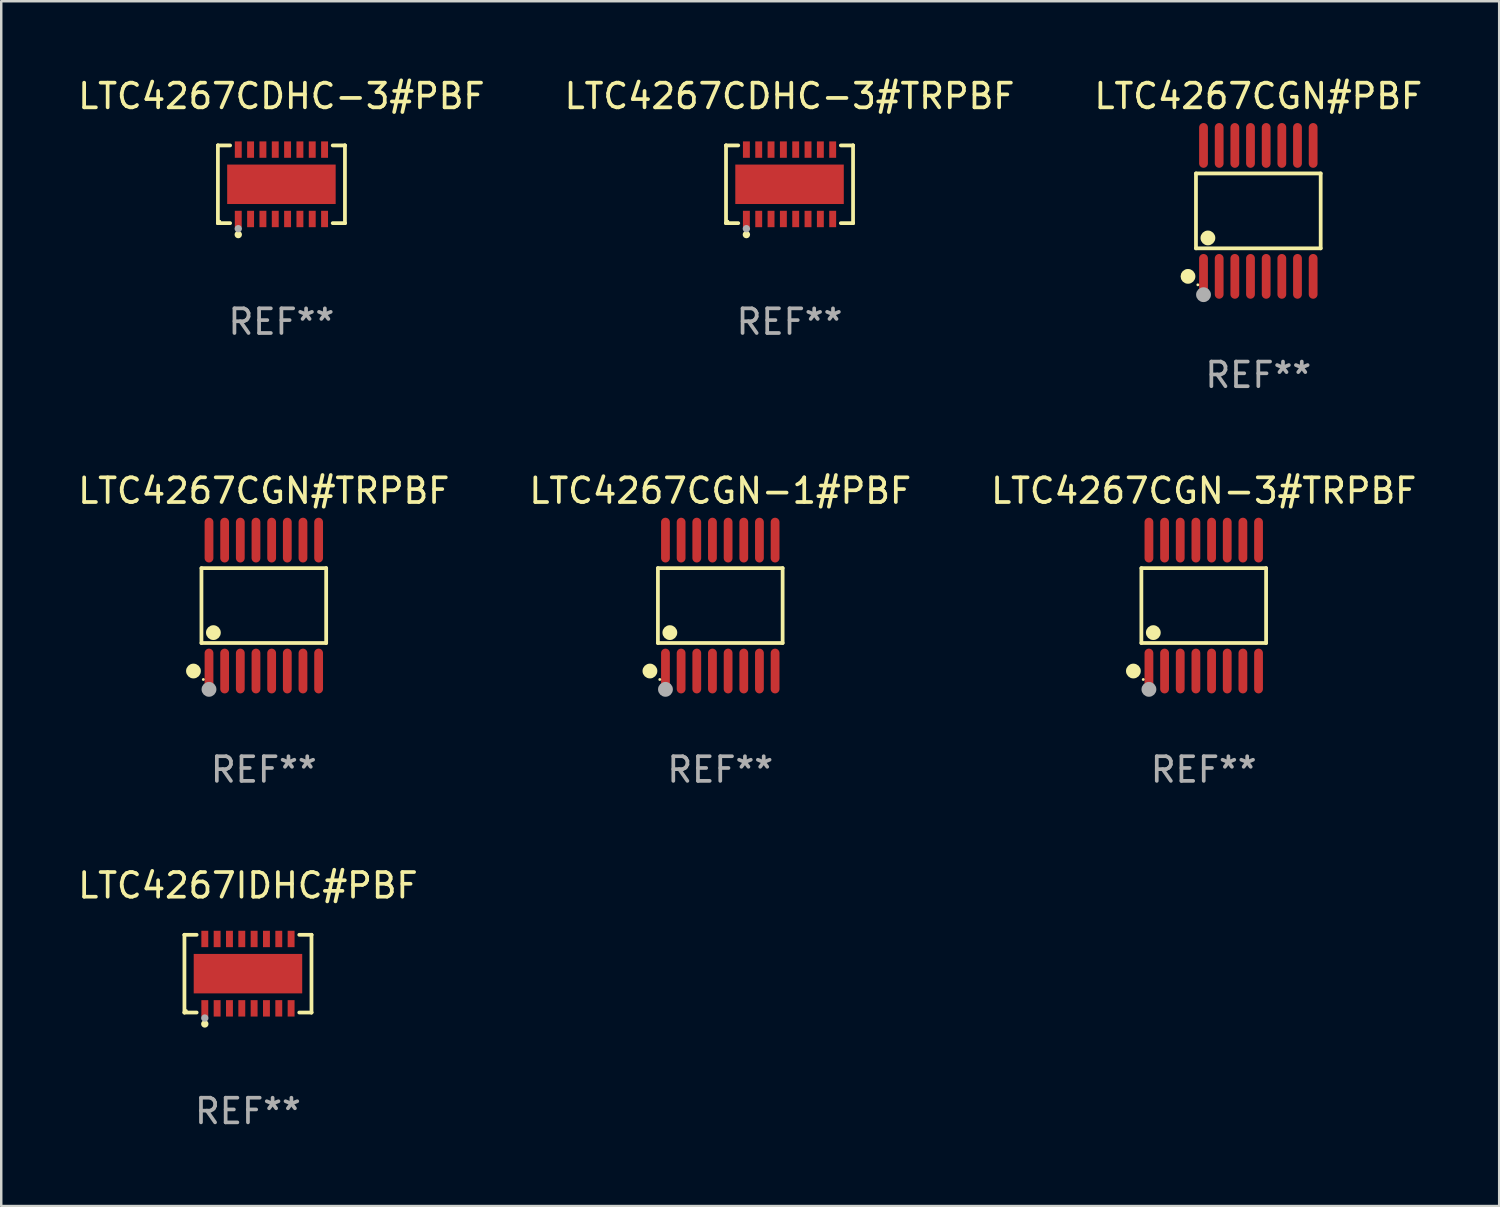
<source format=kicad_pcb>
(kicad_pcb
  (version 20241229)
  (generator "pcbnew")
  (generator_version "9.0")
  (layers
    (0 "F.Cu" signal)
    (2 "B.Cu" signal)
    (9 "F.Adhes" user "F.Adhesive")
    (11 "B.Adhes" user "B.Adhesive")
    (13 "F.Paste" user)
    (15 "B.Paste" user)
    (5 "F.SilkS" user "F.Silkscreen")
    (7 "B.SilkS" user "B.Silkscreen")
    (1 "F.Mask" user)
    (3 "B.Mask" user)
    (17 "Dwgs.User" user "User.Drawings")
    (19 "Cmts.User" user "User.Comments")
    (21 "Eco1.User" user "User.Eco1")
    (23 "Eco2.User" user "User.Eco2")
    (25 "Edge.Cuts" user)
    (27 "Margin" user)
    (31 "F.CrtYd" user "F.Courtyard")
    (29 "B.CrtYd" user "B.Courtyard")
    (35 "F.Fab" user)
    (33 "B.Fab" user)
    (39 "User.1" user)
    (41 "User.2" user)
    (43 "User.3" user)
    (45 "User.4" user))
  (footprint "LTC4267CDHC-3#PBF"
    (layer "F.Cu")
    (at 8.363 4.424)
    (property "Reference" "LTC4267CDHC-3#PBF" (at 0 -3.576 0) (layer "F.SilkS") (effects (font (size 1 1) (thickness 0.15))))
    (attr through_hole)
    (fp_line (start -2.576 -1.576) (end -2.576 -1.576) (stroke (width 0.152) (type solid)) (layer "F.SilkS"))
    (fp_line (start -2.576 -1.576) (end -2.08 -1.576) (stroke (width 0.152) (type solid)) (layer "F.SilkS"))
    (fp_line (start -2.576 1.576) (end -2.576 -1.576) (stroke (width 0.152) (type solid)) (layer "F.SilkS"))
    (fp_line (start -2.576 1.576) (end -2.576 1.576) (stroke (width 0.152) (type solid)) (layer "F.SilkS"))
    (fp_line (start -2.08 1.576) (end -2.576 1.576) (stroke (width 0.152) (type solid)) (layer "F.SilkS"))
    (fp_line (start 2.08 1.576) (end 2.576 1.576) (stroke (width 0.152) (type solid)) (layer "F.SilkS"))
    (fp_line (start 2.576 -1.576) (end 2.08 -1.576) (stroke (width 0.152) (type solid)) (layer "F.SilkS"))
    (fp_line (start 2.576 -1.576) (end 2.576 -1.576) (stroke (width 0.152) (type solid)) (layer "F.SilkS"))
    (fp_line (start 2.576 1.576) (end 2.576 -1.576) (stroke (width 0.152) (type solid)) (layer "F.SilkS"))
    (fp_line (start 2.576 1.576) (end 2.576 1.576) (stroke (width 0.152) (type solid)) (layer "F.SilkS"))
    (fp_circle (center -2.5 1.5) (end -2.47 1.5) (stroke (width 0.06) (type solid)) (fill no) (layer "F.SilkS"))
    (fp_circle (center -1.75 2.04) (end -1.675 2.04) (stroke (width 0.15) (type solid)) (fill no) (layer "F.SilkS"))
    (fp_circle (center -1.75 1.8) (end -1.675 1.8) (stroke (width 0.15) (type solid)) (fill no) (layer "F.Fab"))
    (fp_text user "REF**" (at 0 5.576 0) (layer "F.Fab") (effects (font (size 1 1) (thickness 0.15))))
    (pad "1" smd rect (at -1.75 1.407) (size 0.28 0.665) (layers "F.Cu" "F.Mask" "F.Paste"))
    (pad "2" smd rect (at -1.25 1.407) (size 0.28 0.665) (layers "F.Cu" "F.Mask" "F.Paste"))
    (pad "3" smd rect (at -0.75 1.407) (size 0.28 0.665) (layers "F.Cu" "F.Mask" "F.Paste"))
    (pad "4" smd rect (at -0.25 1.407) (size 0.28 0.665) (layers "F.Cu" "F.Mask" "F.Paste"))
    (pad "5" smd rect (at 0.25 1.407) (size 0.28 0.665) (layers "F.Cu" "F.Mask" "F.Paste"))
    (pad "6" smd rect (at 0.75 1.407) (size 0.28 0.665) (layers "F.Cu" "F.Mask" "F.Paste"))
    (pad "7" smd rect (at 1.25 1.407) (size 0.28 0.665) (layers "F.Cu" "F.Mask" "F.Paste"))
    (pad "8" smd rect (at 1.75 1.407) (size 0.28 0.665) (layers "F.Cu" "F.Mask" "F.Paste"))
    (pad "9" smd rect (at 1.75 -1.407) (size 0.28 0.665) (layers "F.Cu" "F.Mask" "F.Paste"))
    (pad "10" smd rect (at 1.25 -1.407) (size 0.28 0.665) (layers "F.Cu" "F.Mask" "F.Paste"))
    (pad "11" smd rect (at 0.75 -1.407) (size 0.28 0.665) (layers "F.Cu" "F.Mask" "F.Paste"))
    (pad "12" smd rect (at 0.25 -1.407) (size 0.28 0.665) (layers "F.Cu" "F.Mask" "F.Paste"))
    (pad "13" smd rect (at -0.25 -1.407) (size 0.28 0.665) (layers "F.Cu" "F.Mask" "F.Paste"))
    (pad "14" smd rect (at -0.75 -1.407) (size 0.28 0.665) (layers "F.Cu" "F.Mask" "F.Paste"))
    (pad "15" smd rect (at -1.25 -1.407) (size 0.28 0.665) (layers "F.Cu" "F.Mask" "F.Paste"))
    (pad "16" smd rect (at -1.75 -1.407) (size 0.28 0.665) (layers "F.Cu" "F.Mask" "F.Paste"))
    (pad "17" smd rect (at 0 0) (size 4.4 1.6) (layers "F.Cu" "F.Mask" "F.Paste")))
  (footprint "LTC4267CGN#TRPBF"
    (layer "F.Cu")
    (at 7.649 21.509)
    (property "Reference" "LTC4267CGN#TRPBF" (at 0 -4.655 0) (layer "F.SilkS") (effects (font (size 1 1) (thickness 0.15))))
    (attr through_hole)
    (fp_line (start -2.529 -1.519) (end 2.529 -1.519) (stroke (width 0.152) (type solid)) (layer "F.SilkS"))
    (fp_line (start -2.529 1.519) (end -2.529 -1.519) (stroke (width 0.152) (type solid)) (layer "F.SilkS"))
    (fp_line (start 2.529 -1.519) (end 2.529 1.519) (stroke (width 0.152) (type solid)) (layer "F.SilkS"))
    (fp_line (start 2.529 1.519) (end -2.529 1.519) (stroke (width 0.152) (type solid)) (layer "F.SilkS"))
    (fp_circle (center -2.853 2.655) (end -2.703 2.655) (stroke (width 0.3) (type solid)) (fill no) (layer "F.SilkS"))
    (fp_circle (center -2.453 2.998) (end -2.423 2.998) (stroke (width 0.06) (type solid)) (fill no) (layer "F.SilkS"))
    (fp_circle (center -2.045 1.097) (end -1.895 1.097) (stroke (width 0.3) (type solid)) (fill no) (layer "F.SilkS"))
    (fp_circle (center -2.223 3.398) (end -2.072 3.398) (stroke (width 0.3) (type solid)) (fill no) (layer "F.Fab"))
    (fp_text user "REF**" (at 0 6.655 0) (layer "F.Fab") (effects (font (size 1 1) (thickness 0.15))))
    (pad "1" smd oval (at -2.223 2.655) (size 0.356 1.815) (layers "F.Cu" "F.Mask" "F.Paste"))
    (pad "2" smd oval (at -1.588 2.655) (size 0.356 1.815) (layers "F.Cu" "F.Mask" "F.Paste"))
    (pad "3" smd oval (at -0.953 2.655) (size 0.356 1.815) (layers "F.Cu" "F.Mask" "F.Paste"))
    (pad "4" smd oval (at -0.318 2.655) (size 0.356 1.815) (layers "F.Cu" "F.Mask" "F.Paste"))
    (pad "5" smd oval (at 0.318 2.655) (size 0.356 1.815) (layers "F.Cu" "F.Mask" "F.Paste"))
    (pad "6" smd oval (at 0.953 2.655) (size 0.356 1.815) (layers "F.Cu" "F.Mask" "F.Paste"))
    (pad "7" smd oval (at 1.588 2.655) (size 0.356 1.815) (layers "F.Cu" "F.Mask" "F.Paste"))
    (pad "8" smd oval (at 2.223 2.655) (size 0.356 1.815) (layers "F.Cu" "F.Mask" "F.Paste"))
    (pad "9" smd oval (at 2.223 -2.655) (size 0.356 1.815) (layers "F.Cu" "F.Mask" "F.Paste"))
    (pad "10" smd oval (at 1.588 -2.655) (size 0.356 1.815) (layers "F.Cu" "F.Mask" "F.Paste"))
    (pad "11" smd oval (at 0.953 -2.655) (size 0.356 1.815) (layers "F.Cu" "F.Mask" "F.Paste"))
    (pad "12" smd oval (at 0.318 -2.655) (size 0.356 1.815) (layers "F.Cu" "F.Mask" "F.Paste"))
    (pad "13" smd oval (at -0.318 -2.655) (size 0.356 1.815) (layers "F.Cu" "F.Mask" "F.Paste"))
    (pad "14" smd oval (at -0.953 -2.655) (size 0.356 1.815) (layers "F.Cu" "F.Mask" "F.Paste"))
    (pad "15" smd oval (at -1.588 -2.655) (size 0.356 1.815) (layers "F.Cu" "F.Mask" "F.Paste"))
    (pad "16" smd oval (at -2.223 -2.655) (size 0.356 1.815) (layers "F.Cu" "F.Mask" "F.Paste")))
  (footprint "LTC4267CGN-3#TRPBF"
    (layer "F.Cu")
    (at 45.768 21.509)
    (property "Reference" "LTC4267CGN-3#TRPBF" (at 0 -4.655 0) (layer "F.SilkS") (effects (font (size 1 1) (thickness 0.15))))
    (attr through_hole)
    (fp_line (start -2.529 -1.519) (end 2.529 -1.519) (stroke (width 0.152) (type solid)) (layer "F.SilkS"))
    (fp_line (start -2.529 1.519) (end -2.529 -1.519) (stroke (width 0.152) (type solid)) (layer "F.SilkS"))
    (fp_line (start 2.529 -1.519) (end 2.529 1.519) (stroke (width 0.152) (type solid)) (layer "F.SilkS"))
    (fp_line (start 2.529 1.519) (end -2.529 1.519) (stroke (width 0.152) (type solid)) (layer "F.SilkS"))
    (fp_circle (center -2.853 2.655) (end -2.703 2.655) (stroke (width 0.3) (type solid)) (fill no) (layer "F.SilkS"))
    (fp_circle (center -2.453 2.998) (end -2.423 2.998) (stroke (width 0.06) (type solid)) (fill no) (layer "F.SilkS"))
    (fp_circle (center -2.045 1.097) (end -1.895 1.097) (stroke (width 0.3) (type solid)) (fill no) (layer "F.SilkS"))
    (fp_circle (center -2.223 3.398) (end -2.072 3.398) (stroke (width 0.3) (type solid)) (fill no) (layer "F.Fab"))
    (fp_text user "REF**" (at 0 6.655 0) (layer "F.Fab") (effects (font (size 1 1) (thickness 0.15))))
    (pad "1" smd oval (at -2.223 2.655) (size 0.356 1.815) (layers "F.Cu" "F.Mask" "F.Paste"))
    (pad "2" smd oval (at -1.588 2.655) (size 0.356 1.815) (layers "F.Cu" "F.Mask" "F.Paste"))
    (pad "3" smd oval (at -0.953 2.655) (size 0.356 1.815) (layers "F.Cu" "F.Mask" "F.Paste"))
    (pad "4" smd oval (at -0.318 2.655) (size 0.356 1.815) (layers "F.Cu" "F.Mask" "F.Paste"))
    (pad "5" smd oval (at 0.318 2.655) (size 0.356 1.815) (layers "F.Cu" "F.Mask" "F.Paste"))
    (pad "6" smd oval (at 0.953 2.655) (size 0.356 1.815) (layers "F.Cu" "F.Mask" "F.Paste"))
    (pad "7" smd oval (at 1.588 2.655) (size 0.356 1.815) (layers "F.Cu" "F.Mask" "F.Paste"))
    (pad "8" smd oval (at 2.223 2.655) (size 0.356 1.815) (layers "F.Cu" "F.Mask" "F.Paste"))
    (pad "9" smd oval (at 2.223 -2.655) (size 0.356 1.815) (layers "F.Cu" "F.Mask" "F.Paste"))
    (pad "10" smd oval (at 1.588 -2.655) (size 0.356 1.815) (layers "F.Cu" "F.Mask" "F.Paste"))
    (pad "11" smd oval (at 0.953 -2.655) (size 0.356 1.815) (layers "F.Cu" "F.Mask" "F.Paste"))
    (pad "12" smd oval (at 0.318 -2.655) (size 0.356 1.815) (layers "F.Cu" "F.Mask" "F.Paste"))
    (pad "13" smd oval (at -0.318 -2.655) (size 0.356 1.815) (layers "F.Cu" "F.Mask" "F.Paste"))
    (pad "14" smd oval (at -0.953 -2.655) (size 0.356 1.815) (layers "F.Cu" "F.Mask" "F.Paste"))
    (pad "15" smd oval (at -1.588 -2.655) (size 0.356 1.815) (layers "F.Cu" "F.Mask" "F.Paste"))
    (pad "16" smd oval (at -2.223 -2.655) (size 0.356 1.815) (layers "F.Cu" "F.Mask" "F.Paste")))
  (footprint "LTC4267IDHC#PBF"
    (layer "F.Cu")
    (at 7.006 36.437)
    (property "Reference" "LTC4267IDHC#PBF" (at 0 -3.576 0) (layer "F.SilkS") (effects (font (size 1 1) (thickness 0.15))))
    (attr through_hole)
    (fp_line (start -2.576 -1.576) (end -2.576 -1.576) (stroke (width 0.152) (type solid)) (layer "F.SilkS"))
    (fp_line (start -2.576 -1.576) (end -2.08 -1.576) (stroke (width 0.152) (type solid)) (layer "F.SilkS"))
    (fp_line (start -2.576 1.576) (end -2.576 -1.576) (stroke (width 0.152) (type solid)) (layer "F.SilkS"))
    (fp_line (start -2.576 1.576) (end -2.576 1.576) (stroke (width 0.152) (type solid)) (layer "F.SilkS"))
    (fp_line (start -2.08 1.576) (end -2.576 1.576) (stroke (width 0.152) (type solid)) (layer "F.SilkS"))
    (fp_line (start 2.08 1.576) (end 2.576 1.576) (stroke (width 0.152) (type solid)) (layer "F.SilkS"))
    (fp_line (start 2.576 -1.576) (end 2.08 -1.576) (stroke (width 0.152) (type solid)) (layer "F.SilkS"))
    (fp_line (start 2.576 -1.576) (end 2.576 -1.576) (stroke (width 0.152) (type solid)) (layer "F.SilkS"))
    (fp_line (start 2.576 1.576) (end 2.576 -1.576) (stroke (width 0.152) (type solid)) (layer "F.SilkS"))
    (fp_line (start 2.576 1.576) (end 2.576 1.576) (stroke (width 0.152) (type solid)) (layer "F.SilkS"))
    (fp_circle (center -2.5 1.5) (end -2.47 1.5) (stroke (width 0.06) (type solid)) (fill no) (layer "F.SilkS"))
    (fp_circle (center -1.75 2.04) (end -1.675 2.04) (stroke (width 0.15) (type solid)) (fill no) (layer "F.SilkS"))
    (fp_circle (center -1.75 1.8) (end -1.675 1.8) (stroke (width 0.15) (type solid)) (fill no) (layer "F.Fab"))
    (fp_text user "REF**" (at 0 5.576 0) (layer "F.Fab") (effects (font (size 1 1) (thickness 0.15))))
    (pad "1" smd rect (at -1.75 1.407) (size 0.28 0.665) (layers "F.Cu" "F.Mask" "F.Paste"))
    (pad "2" smd rect (at -1.25 1.407) (size 0.28 0.665) (layers "F.Cu" "F.Mask" "F.Paste"))
    (pad "3" smd rect (at -0.75 1.407) (size 0.28 0.665) (layers "F.Cu" "F.Mask" "F.Paste"))
    (pad "4" smd rect (at -0.25 1.407) (size 0.28 0.665) (layers "F.Cu" "F.Mask" "F.Paste"))
    (pad "5" smd rect (at 0.25 1.407) (size 0.28 0.665) (layers "F.Cu" "F.Mask" "F.Paste"))
    (pad "6" smd rect (at 0.75 1.407) (size 0.28 0.665) (layers "F.Cu" "F.Mask" "F.Paste"))
    (pad "7" smd rect (at 1.25 1.407) (size 0.28 0.665) (layers "F.Cu" "F.Mask" "F.Paste"))
    (pad "8" smd rect (at 1.75 1.407) (size 0.28 0.665) (layers "F.Cu" "F.Mask" "F.Paste"))
    (pad "9" smd rect (at 1.75 -1.407) (size 0.28 0.665) (layers "F.Cu" "F.Mask" "F.Paste"))
    (pad "10" smd rect (at 1.25 -1.407) (size 0.28 0.665) (layers "F.Cu" "F.Mask" "F.Paste"))
    (pad "11" smd rect (at 0.75 -1.407) (size 0.28 0.665) (layers "F.Cu" "F.Mask" "F.Paste"))
    (pad "12" smd rect (at 0.25 -1.407) (size 0.28 0.665) (layers "F.Cu" "F.Mask" "F.Paste"))
    (pad "13" smd rect (at -0.25 -1.407) (size 0.28 0.665) (layers "F.Cu" "F.Mask" "F.Paste"))
    (pad "14" smd rect (at -0.75 -1.407) (size 0.28 0.665) (layers "F.Cu" "F.Mask" "F.Paste"))
    (pad "15" smd rect (at -1.25 -1.407) (size 0.28 0.665) (layers "F.Cu" "F.Mask" "F.Paste"))
    (pad "16" smd rect (at -1.75 -1.407) (size 0.28 0.665) (layers "F.Cu" "F.Mask" "F.Paste"))
    (pad "17" smd rect (at 0 0) (size 4.4 1.6) (layers "F.Cu" "F.Mask" "F.Paste")))
  (footprint "LTC4267CGN#PBF"
    (layer "F.Cu")
    (at 47.982 5.503)
    (property "Reference" "LTC4267CGN#PBF" (at 0 -4.655 0) (layer "F.SilkS") (effects (font (size 1 1) (thickness 0.15))))
    (attr through_hole)
    (fp_line (start -2.529 -1.519) (end 2.529 -1.519) (stroke (width 0.152) (type solid)) (layer "F.SilkS"))
    (fp_line (start -2.529 1.519) (end -2.529 -1.519) (stroke (width 0.152) (type solid)) (layer "F.SilkS"))
    (fp_line (start 2.529 -1.519) (end 2.529 1.519) (stroke (width 0.152) (type solid)) (layer "F.SilkS"))
    (fp_line (start 2.529 1.519) (end -2.529 1.519) (stroke (width 0.152) (type solid)) (layer "F.SilkS"))
    (fp_circle (center -2.853 2.655) (end -2.703 2.655) (stroke (width 0.3) (type solid)) (fill no) (layer "F.SilkS"))
    (fp_circle (center -2.453 2.998) (end -2.423 2.998) (stroke (width 0.06) (type solid)) (fill no) (layer "F.SilkS"))
    (fp_circle (center -2.045 1.097) (end -1.895 1.097) (stroke (width 0.3) (type solid)) (fill no) (layer "F.SilkS"))
    (fp_circle (center -2.223 3.398) (end -2.072 3.398) (stroke (width 0.3) (type solid)) (fill no) (layer "F.Fab"))
    (fp_text user "REF**" (at 0 6.655 0) (layer "F.Fab") (effects (font (size 1 1) (thickness 0.15))))
    (pad "1" smd oval (at -2.223 2.655) (size 0.356 1.815) (layers "F.Cu" "F.Mask" "F.Paste"))
    (pad "2" smd oval (at -1.588 2.655) (size 0.356 1.815) (layers "F.Cu" "F.Mask" "F.Paste"))
    (pad "3" smd oval (at -0.953 2.655) (size 0.356 1.815) (layers "F.Cu" "F.Mask" "F.Paste"))
    (pad "4" smd oval (at -0.318 2.655) (size 0.356 1.815) (layers "F.Cu" "F.Mask" "F.Paste"))
    (pad "5" smd oval (at 0.318 2.655) (size 0.356 1.815) (layers "F.Cu" "F.Mask" "F.Paste"))
    (pad "6" smd oval (at 0.953 2.655) (size 0.356 1.815) (layers "F.Cu" "F.Mask" "F.Paste"))
    (pad "7" smd oval (at 1.588 2.655) (size 0.356 1.815) (layers "F.Cu" "F.Mask" "F.Paste"))
    (pad "8" smd oval (at 2.223 2.655) (size 0.356 1.815) (layers "F.Cu" "F.Mask" "F.Paste"))
    (pad "9" smd oval (at 2.223 -2.655) (size 0.356 1.815) (layers "F.Cu" "F.Mask" "F.Paste"))
    (pad "10" smd oval (at 1.588 -2.655) (size 0.356 1.815) (layers "F.Cu" "F.Mask" "F.Paste"))
    (pad "11" smd oval (at 0.953 -2.655) (size 0.356 1.815) (layers "F.Cu" "F.Mask" "F.Paste"))
    (pad "12" smd oval (at 0.318 -2.655) (size 0.356 1.815) (layers "F.Cu" "F.Mask" "F.Paste"))
    (pad "13" smd oval (at -0.318 -2.655) (size 0.356 1.815) (layers "F.Cu" "F.Mask" "F.Paste"))
    (pad "14" smd oval (at -0.953 -2.655) (size 0.356 1.815) (layers "F.Cu" "F.Mask" "F.Paste"))
    (pad "15" smd oval (at -1.588 -2.655) (size 0.356 1.815) (layers "F.Cu" "F.Mask" "F.Paste"))
    (pad "16" smd oval (at -2.223 -2.655) (size 0.356 1.815) (layers "F.Cu" "F.Mask" "F.Paste")))
  (footprint "LTC4267CGN-1#PBF"
    (layer "F.Cu")
    (at 26.161 21.509)
    (property "Reference" "LTC4267CGN-1#PBF" (at 0 -4.655 0) (layer "F.SilkS") (effects (font (size 1 1) (thickness 0.15))))
    (attr through_hole)
    (fp_line (start -2.529 -1.519) (end 2.529 -1.519) (stroke (width 0.152) (type solid)) (layer "F.SilkS"))
    (fp_line (start -2.529 1.519) (end -2.529 -1.519) (stroke (width 0.152) (type solid)) (layer "F.SilkS"))
    (fp_line (start 2.529 -1.519) (end 2.529 1.519) (stroke (width 0.152) (type solid)) (layer "F.SilkS"))
    (fp_line (start 2.529 1.519) (end -2.529 1.519) (stroke (width 0.152) (type solid)) (layer "F.SilkS"))
    (fp_circle (center -2.853 2.655) (end -2.703 2.655) (stroke (width 0.3) (type solid)) (fill no) (layer "F.SilkS"))
    (fp_circle (center -2.453 2.998) (end -2.423 2.998) (stroke (width 0.06) (type solid)) (fill no) (layer "F.SilkS"))
    (fp_circle (center -2.045 1.097) (end -1.895 1.097) (stroke (width 0.3) (type solid)) (fill no) (layer "F.SilkS"))
    (fp_circle (center -2.223 3.398) (end -2.072 3.398) (stroke (width 0.3) (type solid)) (fill no) (layer "F.Fab"))
    (fp_text user "REF**" (at 0 6.655 0) (layer "F.Fab") (effects (font (size 1 1) (thickness 0.15))))
    (pad "1" smd oval (at -2.223 2.655) (size 0.356 1.815) (layers "F.Cu" "F.Mask" "F.Paste"))
    (pad "2" smd oval (at -1.588 2.655) (size 0.356 1.815) (layers "F.Cu" "F.Mask" "F.Paste"))
    (pad "3" smd oval (at -0.953 2.655) (size 0.356 1.815) (layers "F.Cu" "F.Mask" "F.Paste"))
    (pad "4" smd oval (at -0.318 2.655) (size 0.356 1.815) (layers "F.Cu" "F.Mask" "F.Paste"))
    (pad "5" smd oval (at 0.318 2.655) (size 0.356 1.815) (layers "F.Cu" "F.Mask" "F.Paste"))
    (pad "6" smd oval (at 0.953 2.655) (size 0.356 1.815) (layers "F.Cu" "F.Mask" "F.Paste"))
    (pad "7" smd oval (at 1.588 2.655) (size 0.356 1.815) (layers "F.Cu" "F.Mask" "F.Paste"))
    (pad "8" smd oval (at 2.223 2.655) (size 0.356 1.815) (layers "F.Cu" "F.Mask" "F.Paste"))
    (pad "9" smd oval (at 2.223 -2.655) (size 0.356 1.815) (layers "F.Cu" "F.Mask" "F.Paste"))
    (pad "10" smd oval (at 1.588 -2.655) (size 0.356 1.815) (layers "F.Cu" "F.Mask" "F.Paste"))
    (pad "11" smd oval (at 0.953 -2.655) (size 0.356 1.815) (layers "F.Cu" "F.Mask" "F.Paste"))
    (pad "12" smd oval (at 0.318 -2.655) (size 0.356 1.815) (layers "F.Cu" "F.Mask" "F.Paste"))
    (pad "13" smd oval (at -0.318 -2.655) (size 0.356 1.815) (layers "F.Cu" "F.Mask" "F.Paste"))
    (pad "14" smd oval (at -0.953 -2.655) (size 0.356 1.815) (layers "F.Cu" "F.Mask" "F.Paste"))
    (pad "15" smd oval (at -1.588 -2.655) (size 0.356 1.815) (layers "F.Cu" "F.Mask" "F.Paste"))
    (pad "16" smd oval (at -2.223 -2.655) (size 0.356 1.815) (layers "F.Cu" "F.Mask" "F.Paste")))
  (footprint "LTC4267CDHC-3#TRPBF"
    (layer "F.Cu")
    (at 28.97 4.424)
    (property "Reference" "LTC4267CDHC-3#TRPBF" (at 0 -3.576 0) (layer "F.SilkS") (effects (font (size 1 1) (thickness 0.15))))
    (attr through_hole)
    (fp_line (start -2.576 -1.576) (end -2.576 -1.576) (stroke (width 0.152) (type solid)) (layer "F.SilkS"))
    (fp_line (start -2.576 -1.576) (end -2.08 -1.576) (stroke (width 0.152) (type solid)) (layer "F.SilkS"))
    (fp_line (start -2.576 1.576) (end -2.576 -1.576) (stroke (width 0.152) (type solid)) (layer "F.SilkS"))
    (fp_line (start -2.576 1.576) (end -2.576 1.576) (stroke (width 0.152) (type solid)) (layer "F.SilkS"))
    (fp_line (start -2.08 1.576) (end -2.576 1.576) (stroke (width 0.152) (type solid)) (layer "F.SilkS"))
    (fp_line (start 2.08 1.576) (end 2.576 1.576) (stroke (width 0.152) (type solid)) (layer "F.SilkS"))
    (fp_line (start 2.576 -1.576) (end 2.08 -1.576) (stroke (width 0.152) (type solid)) (layer "F.SilkS"))
    (fp_line (start 2.576 -1.576) (end 2.576 -1.576) (stroke (width 0.152) (type solid)) (layer "F.SilkS"))
    (fp_line (start 2.576 1.576) (end 2.576 -1.576) (stroke (width 0.152) (type solid)) (layer "F.SilkS"))
    (fp_line (start 2.576 1.576) (end 2.576 1.576) (stroke (width 0.152) (type solid)) (layer "F.SilkS"))
    (fp_circle (center -2.5 1.5) (end -2.47 1.5) (stroke (width 0.06) (type solid)) (fill no) (layer "F.SilkS"))
    (fp_circle (center -1.75 2.04) (end -1.675 2.04) (stroke (width 0.15) (type solid)) (fill no) (layer "F.SilkS"))
    (fp_circle (center -1.75 1.8) (end -1.675 1.8) (stroke (width 0.15) (type solid)) (fill no) (layer "F.Fab"))
    (fp_text user "REF**" (at 0 5.576 0) (layer "F.Fab") (effects (font (size 1 1) (thickness 0.15))))
    (pad "1" smd rect (at -1.75 1.407) (size 0.28 0.665) (layers "F.Cu" "F.Mask" "F.Paste"))
    (pad "2" smd rect (at -1.25 1.407) (size 0.28 0.665) (layers "F.Cu" "F.Mask" "F.Paste"))
    (pad "3" smd rect (at -0.75 1.407) (size 0.28 0.665) (layers "F.Cu" "F.Mask" "F.Paste"))
    (pad "4" smd rect (at -0.25 1.407) (size 0.28 0.665) (layers "F.Cu" "F.Mask" "F.Paste"))
    (pad "5" smd rect (at 0.25 1.407) (size 0.28 0.665) (layers "F.Cu" "F.Mask" "F.Paste"))
    (pad "6" smd rect (at 0.75 1.407) (size 0.28 0.665) (layers "F.Cu" "F.Mask" "F.Paste"))
    (pad "7" smd rect (at 1.25 1.407) (size 0.28 0.665) (layers "F.Cu" "F.Mask" "F.Paste"))
    (pad "8" smd rect (at 1.75 1.407) (size 0.28 0.665) (layers "F.Cu" "F.Mask" "F.Paste"))
    (pad "9" smd rect (at 1.75 -1.407) (size 0.28 0.665) (layers "F.Cu" "F.Mask" "F.Paste"))
    (pad "10" smd rect (at 1.25 -1.407) (size 0.28 0.665) (layers "F.Cu" "F.Mask" "F.Paste"))
    (pad "11" smd rect (at 0.75 -1.407) (size 0.28 0.665) (layers "F.Cu" "F.Mask" "F.Paste"))
    (pad "12" smd rect (at 0.25 -1.407) (size 0.28 0.665) (layers "F.Cu" "F.Mask" "F.Paste"))
    (pad "13" smd rect (at -0.25 -1.407) (size 0.28 0.665) (layers "F.Cu" "F.Mask" "F.Paste"))
    (pad "14" smd rect (at -0.75 -1.407) (size 0.28 0.665) (layers "F.Cu" "F.Mask" "F.Paste"))
    (pad "15" smd rect (at -1.25 -1.407) (size 0.28 0.665) (layers "F.Cu" "F.Mask" "F.Paste"))
    (pad "16" smd rect (at -1.75 -1.407) (size 0.28 0.665) (layers "F.Cu" "F.Mask" "F.Paste"))
    (pad "17" smd rect (at 0 0) (size 4.4 1.6) (layers "F.Cu" "F.Mask" "F.Paste")))
  (gr_rect
    (start -3 -3)
    (end 57.75 45.861)
    (stroke (width 0.1) (type default))
    (fill no)
    (layer "Edge.Cuts")))
</source>
